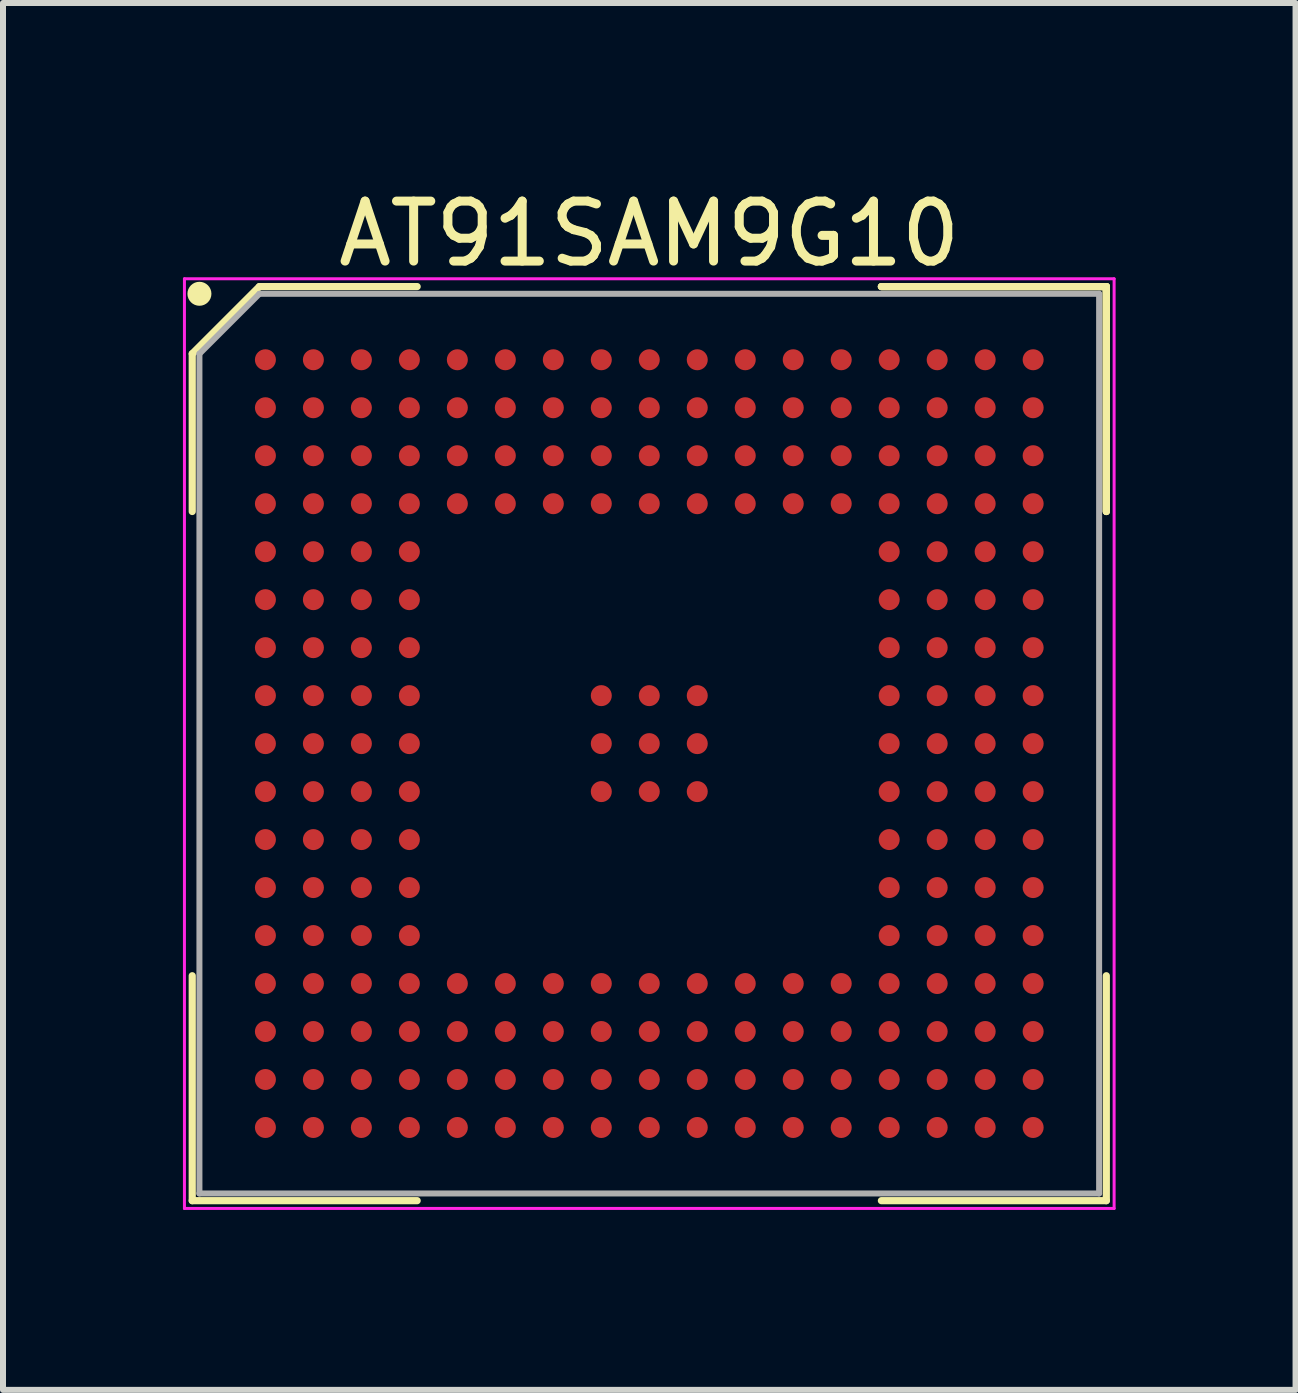
<source format=kicad_pcb>
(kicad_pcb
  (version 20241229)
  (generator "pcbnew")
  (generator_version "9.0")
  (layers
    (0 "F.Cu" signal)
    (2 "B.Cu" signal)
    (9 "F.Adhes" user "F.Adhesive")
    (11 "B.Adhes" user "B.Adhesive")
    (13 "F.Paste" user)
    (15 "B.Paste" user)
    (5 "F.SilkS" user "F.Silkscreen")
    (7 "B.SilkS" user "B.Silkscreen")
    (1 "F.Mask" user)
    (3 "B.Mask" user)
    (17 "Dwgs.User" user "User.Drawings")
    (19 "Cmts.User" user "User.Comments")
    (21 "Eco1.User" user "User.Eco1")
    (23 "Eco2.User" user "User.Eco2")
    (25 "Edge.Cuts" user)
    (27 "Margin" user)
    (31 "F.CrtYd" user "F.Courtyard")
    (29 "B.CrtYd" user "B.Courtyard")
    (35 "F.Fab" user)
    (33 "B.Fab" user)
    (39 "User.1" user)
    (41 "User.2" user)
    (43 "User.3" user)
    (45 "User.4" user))
  (footprint "AT91SAM9G10"
    (layer "F.Cu")
    (at 7.775 9.348)
    (property "Reference" "AT91SAM9G10" (at 0 -8.5 0) (layer "F.SilkS") (effects (font (size 1 1) (thickness 0.15))))
    (attr smd)
    (fp_line (start -7.62 -6.5) (end -7.62 -3.87) (stroke (width 0.12) (type solid)) (layer "F.SilkS"))
    (fp_line (start -7.62 7.62) (end -7.62 3.87) (stroke (width 0.12) (type solid)) (layer "F.SilkS"))
    (fp_line (start -6.5 -7.62) (end -7.62 -6.5) (stroke (width 0.12) (type solid)) (layer "F.SilkS"))
    (fp_line (start -3.87 -7.62) (end -6.5 -7.62) (stroke (width 0.12) (type solid)) (layer "F.SilkS"))
    (fp_line (start -3.87 7.62) (end -7.62 7.62) (stroke (width 0.12) (type solid)) (layer "F.SilkS"))
    (fp_line (start 3.87 -7.62) (end 7.62 -7.62) (stroke (width 0.12) (type solid)) (layer "F.SilkS"))
    (fp_line (start 3.87 -7.62) (end 7.62 -7.62) (stroke (width 0.12) (type solid)) (layer "F.SilkS"))
    (fp_line (start 3.87 -7.62) (end 7.62 -7.62) (stroke (width 0.12) (type solid)) (layer "F.SilkS"))
    (fp_line (start 3.87 7.62) (end 7.62 7.62) (stroke (width 0.12) (type solid)) (layer "F.SilkS"))
    (fp_line (start 7.62 -7.62) (end 7.62 -3.87) (stroke (width 0.12) (type solid)) (layer "F.SilkS"))
    (fp_line (start 7.62 -7.62) (end 7.62 -3.87) (stroke (width 0.12) (type solid)) (layer "F.SilkS"))
    (fp_line (start 7.62 -7.62) (end 7.62 -3.87) (stroke (width 0.12) (type solid)) (layer "F.SilkS"))
    (fp_line (start 7.62 7.62) (end 7.62 3.87) (stroke (width 0.12) (type solid)) (layer "F.SilkS"))
    (fp_circle (center -7.5 -7.5) (end -7.5 -7.4) (stroke (width 0.2) (type solid)) (fill no) (layer "F.SilkS"))
    (fp_line (start -7.75 -7.75) (end 7.75 -7.75) (stroke (width 0.05) (type solid)) (layer "F.CrtYd"))
    (fp_line (start -7.75 7.75) (end -7.75 -7.75) (stroke (width 0.05) (type solid)) (layer "F.CrtYd"))
    (fp_line (start 7.75 -7.75) (end 7.75 7.75) (stroke (width 0.05) (type solid)) (layer "F.CrtYd"))
    (fp_line (start 7.75 7.75) (end -7.75 7.75) (stroke (width 0.05) (type solid)) (layer "F.CrtYd"))
    (fp_line (start -7.5 -6.5) (end -7.5 7.5) (stroke (width 0.1) (type solid)) (layer "F.Fab"))
    (fp_line (start -7.5 7.5) (end 7.5 7.5) (stroke (width 0.1) (type solid)) (layer "F.Fab"))
    (fp_line (start -6.5 -7.5) (end -7.5 -6.5) (stroke (width 0.1) (type solid)) (layer "F.Fab"))
    (fp_line (start 7.5 -7.5) (end -6.5 -7.5) (stroke (width 0.1) (type solid)) (layer "F.Fab"))
    (fp_line (start 7.5 7.5) (end 7.5 -7.5) (stroke (width 0.1) (type solid)) (layer "F.Fab"))
    (pad "A1" smd circle (at -6.4 -6.4) (size 0.35 0.35) (layers "F.Cu" "F.Mask" "F.Paste"))
    (pad "A2" smd circle (at -5.6 -6.4) (size 0.35 0.35) (layers "F.Cu" "F.Mask" "F.Paste"))
    (pad "A3" smd circle (at -4.8 -6.4) (size 0.35 0.35) (layers "F.Cu" "F.Mask" "F.Paste"))
    (pad "A4" smd circle (at -4 -6.4) (size 0.35 0.35) (layers "F.Cu" "F.Mask" "F.Paste"))
    (pad "A5" smd circle (at -3.2 -6.4) (size 0.35 0.35) (layers "F.Cu" "F.Mask" "F.Paste"))
    (pad "A6" smd circle (at -2.4 -6.4) (size 0.35 0.35) (layers "F.Cu" "F.Mask" "F.Paste"))
    (pad "A7" smd circle (at -1.6 -6.4) (size 0.35 0.35) (layers "F.Cu" "F.Mask" "F.Paste"))
    (pad "A8" smd circle (at -0.8 -6.4) (size 0.35 0.35) (layers "F.Cu" "F.Mask" "F.Paste"))
    (pad "A9" smd circle (at 0 -6.4) (size 0.35 0.35) (layers "F.Cu" "F.Mask" "F.Paste"))
    (pad "A10" smd circle (at 0.8 -6.4) (size 0.35 0.35) (layers "F.Cu" "F.Mask" "F.Paste"))
    (pad "A11" smd circle (at 1.6 -6.4) (size 0.35 0.35) (layers "F.Cu" "F.Mask" "F.Paste"))
    (pad "A12" smd circle (at 2.4 -6.4) (size 0.35 0.35) (layers "F.Cu" "F.Mask" "F.Paste"))
    (pad "A13" smd circle (at 3.2 -6.4) (size 0.35 0.35) (layers "F.Cu" "F.Mask" "F.Paste"))
    (pad "A14" smd circle (at 4 -6.4) (size 0.35 0.35) (layers "F.Cu" "F.Mask" "F.Paste"))
    (pad "A15" smd circle (at 4.8 -6.4) (size 0.35 0.35) (layers "F.Cu" "F.Mask" "F.Paste"))
    (pad "A16" smd circle (at 5.6 -6.4) (size 0.35 0.35) (layers "F.Cu" "F.Mask" "F.Paste"))
    (pad "A17" smd circle (at 6.4 -6.4) (size 0.35 0.35) (layers "F.Cu" "F.Mask" "F.Paste"))
    (pad "B1" smd circle (at -6.4 -5.6) (size 0.35 0.35) (layers "F.Cu" "F.Mask" "F.Paste"))
    (pad "B2" smd circle (at -5.6 -5.6) (size 0.35 0.35) (layers "F.Cu" "F.Mask" "F.Paste"))
    (pad "B3" smd circle (at -4.8 -5.6) (size 0.35 0.35) (layers "F.Cu" "F.Mask" "F.Paste"))
    (pad "B4" smd circle (at -4 -5.6) (size 0.35 0.35) (layers "F.Cu" "F.Mask" "F.Paste"))
    (pad "B5" smd circle (at -3.2 -5.6) (size 0.35 0.35) (layers "F.Cu" "F.Mask" "F.Paste"))
    (pad "B6" smd circle (at -2.4 -5.6) (size 0.35 0.35) (layers "F.Cu" "F.Mask" "F.Paste"))
    (pad "B7" smd circle (at -1.6 -5.6) (size 0.35 0.35) (layers "F.Cu" "F.Mask" "F.Paste"))
    (pad "B8" smd circle (at -0.8 -5.6) (size 0.35 0.35) (layers "F.Cu" "F.Mask" "F.Paste"))
    (pad "B9" smd circle (at 0 -5.6) (size 0.35 0.35) (layers "F.Cu" "F.Mask" "F.Paste"))
    (pad "B10" smd circle (at 0.8 -5.6) (size 0.35 0.35) (layers "F.Cu" "F.Mask" "F.Paste"))
    (pad "B11" smd circle (at 1.6 -5.6) (size 0.35 0.35) (layers "F.Cu" "F.Mask" "F.Paste"))
    (pad "B12" smd circle (at 2.4 -5.6) (size 0.35 0.35) (layers "F.Cu" "F.Mask" "F.Paste"))
    (pad "B13" smd circle (at 3.2 -5.6) (size 0.35 0.35) (layers "F.Cu" "F.Mask" "F.Paste"))
    (pad "B14" smd circle (at 4 -5.6) (size 0.35 0.35) (layers "F.Cu" "F.Mask" "F.Paste"))
    (pad "B15" smd circle (at 4.8 -5.6) (size 0.35 0.35) (layers "F.Cu" "F.Mask" "F.Paste"))
    (pad "B16" smd circle (at 5.6 -5.6) (size 0.35 0.35) (layers "F.Cu" "F.Mask" "F.Paste"))
    (pad "B17" smd circle (at 6.4 -5.6) (size 0.35 0.35) (layers "F.Cu" "F.Mask" "F.Paste"))
    (pad "C1" smd circle (at -6.4 -4.8) (size 0.35 0.35) (layers "F.Cu" "F.Mask" "F.Paste"))
    (pad "C2" smd circle (at -5.6 -4.8) (size 0.35 0.35) (layers "F.Cu" "F.Mask" "F.Paste"))
    (pad "C3" smd circle (at -4.8 -4.8) (size 0.35 0.35) (layers "F.Cu" "F.Mask" "F.Paste"))
    (pad "C4" smd circle (at -4 -4.8) (size 0.35 0.35) (layers "F.Cu" "F.Mask" "F.Paste"))
    (pad "C5" smd circle (at -3.2 -4.8) (size 0.35 0.35) (layers "F.Cu" "F.Mask" "F.Paste"))
    (pad "C6" smd circle (at -2.4 -4.8) (size 0.35 0.35) (layers "F.Cu" "F.Mask" "F.Paste"))
    (pad "C7" smd circle (at -1.6 -4.8) (size 0.35 0.35) (layers "F.Cu" "F.Mask" "F.Paste"))
    (pad "C8" smd circle (at -0.8 -4.8) (size 0.35 0.35) (layers "F.Cu" "F.Mask" "F.Paste"))
    (pad "C9" smd circle (at 0 -4.8) (size 0.35 0.35) (layers "F.Cu" "F.Mask" "F.Paste"))
    (pad "C10" smd circle (at 0.8 -4.8) (size 0.35 0.35) (layers "F.Cu" "F.Mask" "F.Paste"))
    (pad "C11" smd circle (at 1.6 -4.8) (size 0.35 0.35) (layers "F.Cu" "F.Mask" "F.Paste"))
    (pad "C12" smd circle (at 2.4 -4.8) (size 0.35 0.35) (layers "F.Cu" "F.Mask" "F.Paste"))
    (pad "C13" smd circle (at 3.2 -4.8) (size 0.35 0.35) (layers "F.Cu" "F.Mask" "F.Paste"))
    (pad "C14" smd circle (at 4 -4.8) (size 0.35 0.35) (layers "F.Cu" "F.Mask" "F.Paste"))
    (pad "C15" smd circle (at 4.8 -4.8) (size 0.35 0.35) (layers "F.Cu" "F.Mask" "F.Paste"))
    (pad "C16" smd circle (at 5.6 -4.8) (size 0.35 0.35) (layers "F.Cu" "F.Mask" "F.Paste"))
    (pad "C17" smd circle (at 6.4 -4.8) (size 0.35 0.35) (layers "F.Cu" "F.Mask" "F.Paste"))
    (pad "D1" smd circle (at -6.4 -4) (size 0.35 0.35) (layers "F.Cu" "F.Mask" "F.Paste"))
    (pad "D2" smd circle (at -5.6 -4) (size 0.35 0.35) (layers "F.Cu" "F.Mask" "F.Paste"))
    (pad "D3" smd circle (at -4.8 -4) (size 0.35 0.35) (layers "F.Cu" "F.Mask" "F.Paste"))
    (pad "D4" smd circle (at -4 -4) (size 0.35 0.35) (layers "F.Cu" "F.Mask" "F.Paste"))
    (pad "D5" smd circle (at -3.2 -4) (size 0.35 0.35) (layers "F.Cu" "F.Mask" "F.Paste"))
    (pad "D6" smd circle (at -2.4 -4) (size 0.35 0.35) (layers "F.Cu" "F.Mask" "F.Paste"))
    (pad "D7" smd circle (at -1.6 -4) (size 0.35 0.35) (layers "F.Cu" "F.Mask" "F.Paste"))
    (pad "D8" smd circle (at -0.8 -4) (size 0.35 0.35) (layers "F.Cu" "F.Mask" "F.Paste"))
    (pad "D9" smd circle (at 0 -4) (size 0.35 0.35) (layers "F.Cu" "F.Mask" "F.Paste"))
    (pad "D10" smd circle (at 0.8 -4) (size 0.35 0.35) (layers "F.Cu" "F.Mask" "F.Paste"))
    (pad "D11" smd circle (at 1.6 -4) (size 0.35 0.35) (layers "F.Cu" "F.Mask" "F.Paste"))
    (pad "D12" smd circle (at 2.4 -4) (size 0.35 0.35) (layers "F.Cu" "F.Mask" "F.Paste"))
    (pad "D13" smd circle (at 3.2 -4) (size 0.35 0.35) (layers "F.Cu" "F.Mask" "F.Paste"))
    (pad "D14" smd circle (at 4 -4) (size 0.35 0.35) (layers "F.Cu" "F.Mask" "F.Paste"))
    (pad "D15" smd circle (at 4.8 -4) (size 0.35 0.35) (layers "F.Cu" "F.Mask" "F.Paste"))
    (pad "D16" smd circle (at 5.6 -4) (size 0.35 0.35) (layers "F.Cu" "F.Mask" "F.Paste"))
    (pad "D17" smd circle (at 6.4 -4) (size 0.35 0.35) (layers "F.Cu" "F.Mask" "F.Paste"))
    (pad "E1" smd circle (at -6.4 -3.2) (size 0.35 0.35) (layers "F.Cu" "F.Mask" "F.Paste"))
    (pad "E2" smd circle (at -5.6 -3.2) (size 0.35 0.35) (layers "F.Cu" "F.Mask" "F.Paste"))
    (pad "E3" smd circle (at -4.8 -3.2) (size 0.35 0.35) (layers "F.Cu" "F.Mask" "F.Paste"))
    (pad "E4" smd circle (at -4 -3.2) (size 0.35 0.35) (layers "F.Cu" "F.Mask" "F.Paste"))
    (pad "E14" smd circle (at 4 -3.2) (size 0.35 0.35) (layers "F.Cu" "F.Mask" "F.Paste"))
    (pad "E15" smd circle (at 4.8 -3.2) (size 0.35 0.35) (layers "F.Cu" "F.Mask" "F.Paste"))
    (pad "E16" smd circle (at 5.6 -3.2) (size 0.35 0.35) (layers "F.Cu" "F.Mask" "F.Paste"))
    (pad "E17" smd circle (at 6.4 -3.2) (size 0.35 0.35) (layers "F.Cu" "F.Mask" "F.Paste"))
    (pad "F1" smd circle (at -6.4 -2.4) (size 0.35 0.35) (layers "F.Cu" "F.Mask" "F.Paste"))
    (pad "F2" smd circle (at -5.6 -2.4) (size 0.35 0.35) (layers "F.Cu" "F.Mask" "F.Paste"))
    (pad "F3" smd circle (at -4.8 -2.4) (size 0.35 0.35) (layers "F.Cu" "F.Mask" "F.Paste"))
    (pad "F4" smd circle (at -4 -2.4) (size 0.35 0.35) (layers "F.Cu" "F.Mask" "F.Paste"))
    (pad "F14" smd circle (at 4 -2.4) (size 0.35 0.35) (layers "F.Cu" "F.Mask" "F.Paste"))
    (pad "F15" smd circle (at 4.8 -2.4) (size 0.35 0.35) (layers "F.Cu" "F.Mask" "F.Paste"))
    (pad "F16" smd circle (at 5.6 -2.4) (size 0.35 0.35) (layers "F.Cu" "F.Mask" "F.Paste"))
    (pad "F17" smd circle (at 6.4 -2.4) (size 0.35 0.35) (layers "F.Cu" "F.Mask" "F.Paste"))
    (pad "G1" smd circle (at -6.4 -1.6) (size 0.35 0.35) (layers "F.Cu" "F.Mask" "F.Paste"))
    (pad "G2" smd circle (at -5.6 -1.6) (size 0.35 0.35) (layers "F.Cu" "F.Mask" "F.Paste"))
    (pad "G3" smd circle (at -4.8 -1.6) (size 0.35 0.35) (layers "F.Cu" "F.Mask" "F.Paste"))
    (pad "G4" smd circle (at -4 -1.6) (size 0.35 0.35) (layers "F.Cu" "F.Mask" "F.Paste"))
    (pad "G14" smd circle (at 4 -1.6) (size 0.35 0.35) (layers "F.Cu" "F.Mask" "F.Paste"))
    (pad "G15" smd circle (at 4.8 -1.6) (size 0.35 0.35) (layers "F.Cu" "F.Mask" "F.Paste"))
    (pad "G16" smd circle (at 5.6 -1.6) (size 0.35 0.35) (layers "F.Cu" "F.Mask" "F.Paste"))
    (pad "G17" smd circle (at 6.4 -1.6) (size 0.35 0.35) (layers "F.Cu" "F.Mask" "F.Paste"))
    (pad "H1" smd circle (at -6.4 -0.8) (size 0.35 0.35) (layers "F.Cu" "F.Mask" "F.Paste"))
    (pad "H2" smd circle (at -5.6 -0.8) (size 0.35 0.35) (layers "F.Cu" "F.Mask" "F.Paste"))
    (pad "H3" smd circle (at -4.8 -0.8) (size 0.35 0.35) (layers "F.Cu" "F.Mask" "F.Paste"))
    (pad "H4" smd circle (at -4 -0.8) (size 0.35 0.35) (layers "F.Cu" "F.Mask" "F.Paste"))
    (pad "H8" smd circle (at -0.8 -0.8) (size 0.35 0.35) (layers "F.Cu" "F.Mask" "F.Paste"))
    (pad "H9" smd circle (at 0 -0.8) (size 0.35 0.35) (layers "F.Cu" "F.Mask" "F.Paste"))
    (pad "H10" smd circle (at 0.8 -0.8) (size 0.35 0.35) (layers "F.Cu" "F.Mask" "F.Paste"))
    (pad "H14" smd circle (at 4 -0.8) (size 0.35 0.35) (layers "F.Cu" "F.Mask" "F.Paste"))
    (pad "H15" smd circle (at 4.8 -0.8) (size 0.35 0.35) (layers "F.Cu" "F.Mask" "F.Paste"))
    (pad "H16" smd circle (at 5.6 -0.8) (size 0.35 0.35) (layers "F.Cu" "F.Mask" "F.Paste"))
    (pad "H17" smd circle (at 6.4 -0.8) (size 0.35 0.35) (layers "F.Cu" "F.Mask" "F.Paste"))
    (pad "J1" smd circle (at -6.4 0) (size 0.35 0.35) (layers "F.Cu" "F.Mask" "F.Paste"))
    (pad "J2" smd circle (at -5.6 0) (size 0.35 0.35) (layers "F.Cu" "F.Mask" "F.Paste"))
    (pad "J3" smd circle (at -4.8 0) (size 0.35 0.35) (layers "F.Cu" "F.Mask" "F.Paste"))
    (pad "J4" smd circle (at -4 0) (size 0.35 0.35) (layers "F.Cu" "F.Mask" "F.Paste"))
    (pad "J8" smd circle (at -0.8 0) (size 0.35 0.35) (layers "F.Cu" "F.Mask" "F.Paste"))
    (pad "J9" smd circle (at 0 0) (size 0.35 0.35) (layers "F.Cu" "F.Mask" "F.Paste"))
    (pad "J10" smd circle (at 0.8 0) (size 0.35 0.35) (layers "F.Cu" "F.Mask" "F.Paste"))
    (pad "J14" smd circle (at 4 0) (size 0.35 0.35) (layers "F.Cu" "F.Mask" "F.Paste"))
    (pad "J15" smd circle (at 4.8 0) (size 0.35 0.35) (layers "F.Cu" "F.Mask" "F.Paste"))
    (pad "J16" smd circle (at 5.6 0) (size 0.35 0.35) (layers "F.Cu" "F.Mask" "F.Paste"))
    (pad "J17" smd circle (at 6.4 0) (size 0.35 0.35) (layers "F.Cu" "F.Mask" "F.Paste"))
    (pad "K1" smd circle (at -6.4 0.8) (size 0.35 0.35) (layers "F.Cu" "F.Mask" "F.Paste"))
    (pad "K2" smd circle (at -5.6 0.8) (size 0.35 0.35) (layers "F.Cu" "F.Mask" "F.Paste"))
    (pad "K3" smd circle (at -4.8 0.8) (size 0.35 0.35) (layers "F.Cu" "F.Mask" "F.Paste"))
    (pad "K4" smd circle (at -4 0.8) (size 0.35 0.35) (layers "F.Cu" "F.Mask" "F.Paste"))
    (pad "K8" smd circle (at -0.8 0.8) (size 0.35 0.35) (layers "F.Cu" "F.Mask" "F.Paste"))
    (pad "K9" smd circle (at 0 0.8) (size 0.35 0.35) (layers "F.Cu" "F.Mask" "F.Paste"))
    (pad "K10" smd circle (at 0.8 0.8) (size 0.35 0.35) (layers "F.Cu" "F.Mask" "F.Paste"))
    (pad "K14" smd circle (at 4 0.8) (size 0.35 0.35) (layers "F.Cu" "F.Mask" "F.Paste"))
    (pad "K15" smd circle (at 4.8 0.8) (size 0.35 0.35) (layers "F.Cu" "F.Mask" "F.Paste"))
    (pad "K16" smd circle (at 5.6 0.8) (size 0.35 0.35) (layers "F.Cu" "F.Mask" "F.Paste"))
    (pad "K17" smd circle (at 6.4 0.8) (size 0.35 0.35) (layers "F.Cu" "F.Mask" "F.Paste"))
    (pad "L1" smd circle (at -6.4 1.6) (size 0.35 0.35) (layers "F.Cu" "F.Mask" "F.Paste"))
    (pad "L2" smd circle (at -5.6 1.6) (size 0.35 0.35) (layers "F.Cu" "F.Mask" "F.Paste"))
    (pad "L3" smd circle (at -4.8 1.6) (size 0.35 0.35) (layers "F.Cu" "F.Mask" "F.Paste"))
    (pad "L4" smd circle (at -4 1.6) (size 0.35 0.35) (layers "F.Cu" "F.Mask" "F.Paste"))
    (pad "L14" smd circle (at 4 1.6) (size 0.35 0.35) (layers "F.Cu" "F.Mask" "F.Paste"))
    (pad "L15" smd circle (at 4.8 1.6) (size 0.35 0.35) (layers "F.Cu" "F.Mask" "F.Paste"))
    (pad "L16" smd circle (at 5.6 1.6) (size 0.35 0.35) (layers "F.Cu" "F.Mask" "F.Paste"))
    (pad "L17" smd circle (at 6.4 1.6) (size 0.35 0.35) (layers "F.Cu" "F.Mask" "F.Paste"))
    (pad "M1" smd circle (at -6.4 2.4) (size 0.35 0.35) (layers "F.Cu" "F.Mask" "F.Paste"))
    (pad "M2" smd circle (at -5.6 2.4) (size 0.35 0.35) (layers "F.Cu" "F.Mask" "F.Paste"))
    (pad "M3" smd circle (at -4.8 2.4) (size 0.35 0.35) (layers "F.Cu" "F.Mask" "F.Paste"))
    (pad "M4" smd circle (at -4 2.4) (size 0.35 0.35) (layers "F.Cu" "F.Mask" "F.Paste"))
    (pad "M14" smd circle (at 4 2.4) (size 0.35 0.35) (layers "F.Cu" "F.Mask" "F.Paste"))
    (pad "M15" smd circle (at 4.8 2.4) (size 0.35 0.35) (layers "F.Cu" "F.Mask" "F.Paste"))
    (pad "M16" smd circle (at 5.6 2.4) (size 0.35 0.35) (layers "F.Cu" "F.Mask" "F.Paste"))
    (pad "M17" smd circle (at 6.4 2.4) (size 0.35 0.35) (layers "F.Cu" "F.Mask" "F.Paste"))
    (pad "N1" smd circle (at -6.4 3.2) (size 0.35 0.35) (layers "F.Cu" "F.Mask" "F.Paste"))
    (pad "N2" smd circle (at -5.6 3.2) (size 0.35 0.35) (layers "F.Cu" "F.Mask" "F.Paste"))
    (pad "N3" smd circle (at -4.8 3.2) (size 0.35 0.35) (layers "F.Cu" "F.Mask" "F.Paste"))
    (pad "N4" smd circle (at -4 3.2) (size 0.35 0.35) (layers "F.Cu" "F.Mask" "F.Paste"))
    (pad "N14" smd circle (at 4 3.2) (size 0.35 0.35) (layers "F.Cu" "F.Mask" "F.Paste"))
    (pad "N15" smd circle (at 4.8 3.2) (size 0.35 0.35) (layers "F.Cu" "F.Mask" "F.Paste"))
    (pad "N16" smd circle (at 5.6 3.2) (size 0.35 0.35) (layers "F.Cu" "F.Mask" "F.Paste"))
    (pad "N17" smd circle (at 6.4 3.2) (size 0.35 0.35) (layers "F.Cu" "F.Mask" "F.Paste"))
    (pad "P1" smd circle (at -6.4 4) (size 0.35 0.35) (layers "F.Cu" "F.Mask" "F.Paste"))
    (pad "P2" smd circle (at -5.6 4) (size 0.35 0.35) (layers "F.Cu" "F.Mask" "F.Paste"))
    (pad "P3" smd circle (at -4.8 4) (size 0.35 0.35) (layers "F.Cu" "F.Mask" "F.Paste"))
    (pad "P4" smd circle (at -4 4) (size 0.35 0.35) (layers "F.Cu" "F.Mask" "F.Paste"))
    (pad "P5" smd circle (at -3.2 4) (size 0.35 0.35) (layers "F.Cu" "F.Mask" "F.Paste"))
    (pad "P6" smd circle (at -2.4 4) (size 0.35 0.35) (layers "F.Cu" "F.Mask" "F.Paste"))
    (pad "P7" smd circle (at -1.6 4) (size 0.35 0.35) (layers "F.Cu" "F.Mask" "F.Paste"))
    (pad "P8" smd circle (at -0.8 4) (size 0.35 0.35) (layers "F.Cu" "F.Mask" "F.Paste"))
    (pad "P9" smd circle (at 0 4) (size 0.35 0.35) (layers "F.Cu" "F.Mask" "F.Paste"))
    (pad "P10" smd circle (at 0.8 4) (size 0.35 0.35) (layers "F.Cu" "F.Mask" "F.Paste"))
    (pad "P11" smd circle (at 1.6 4) (size 0.35 0.35) (layers "F.Cu" "F.Mask" "F.Paste"))
    (pad "P12" smd circle (at 2.4 4) (size 0.35 0.35) (layers "F.Cu" "F.Mask" "F.Paste"))
    (pad "P13" smd circle (at 3.2 4) (size 0.35 0.35) (layers "F.Cu" "F.Mask" "F.Paste"))
    (pad "P14" smd circle (at 4 4) (size 0.35 0.35) (layers "F.Cu" "F.Mask" "F.Paste"))
    (pad "P15" smd circle (at 4.8 4) (size 0.35 0.35) (layers "F.Cu" "F.Mask" "F.Paste"))
    (pad "P16" smd circle (at 5.6 4) (size 0.35 0.35) (layers "F.Cu" "F.Mask" "F.Paste"))
    (pad "P17" smd circle (at 6.4 4) (size 0.35 0.35) (layers "F.Cu" "F.Mask" "F.Paste"))
    (pad "R1" smd circle (at -6.4 4.8) (size 0.35 0.35) (layers "F.Cu" "F.Mask" "F.Paste"))
    (pad "R2" smd circle (at -5.6 4.8) (size 0.35 0.35) (layers "F.Cu" "F.Mask" "F.Paste"))
    (pad "R3" smd circle (at -4.8 4.8) (size 0.35 0.35) (layers "F.Cu" "F.Mask" "F.Paste"))
    (pad "R4" smd circle (at -4 4.8) (size 0.35 0.35) (layers "F.Cu" "F.Mask" "F.Paste"))
    (pad "R5" smd circle (at -3.2 4.8) (size 0.35 0.35) (layers "F.Cu" "F.Mask" "F.Paste"))
    (pad "R6" smd circle (at -2.4 4.8) (size 0.35 0.35) (layers "F.Cu" "F.Mask" "F.Paste"))
    (pad "R7" smd circle (at -1.6 4.8) (size 0.35 0.35) (layers "F.Cu" "F.Mask" "F.Paste"))
    (pad "R8" smd circle (at -0.8 4.8) (size 0.35 0.35) (layers "F.Cu" "F.Mask" "F.Paste"))
    (pad "R9" smd circle (at 0 4.8) (size 0.35 0.35) (layers "F.Cu" "F.Mask" "F.Paste"))
    (pad "R10" smd circle (at 0.8 4.8) (size 0.35 0.35) (layers "F.Cu" "F.Mask" "F.Paste"))
    (pad "R11" smd circle (at 1.6 4.8) (size 0.35 0.35) (layers "F.Cu" "F.Mask" "F.Paste"))
    (pad "R12" smd circle (at 2.4 4.8) (size 0.35 0.35) (layers "F.Cu" "F.Mask" "F.Paste"))
    (pad "R13" smd circle (at 3.2 4.8) (size 0.35 0.35) (layers "F.Cu" "F.Mask" "F.Paste"))
    (pad "R14" smd circle (at 4 4.8) (size 0.35 0.35) (layers "F.Cu" "F.Mask" "F.Paste"))
    (pad "R15" smd circle (at 4.8 4.8) (size 0.35 0.35) (layers "F.Cu" "F.Mask" "F.Paste"))
    (pad "R16" smd circle (at 5.6 4.8) (size 0.35 0.35) (layers "F.Cu" "F.Mask" "F.Paste"))
    (pad "R17" smd circle (at 6.4 4.8) (size 0.35 0.35) (layers "F.Cu" "F.Mask" "F.Paste"))
    (pad "T1" smd circle (at -6.4 5.6) (size 0.35 0.35) (layers "F.Cu" "F.Mask" "F.Paste"))
    (pad "T2" smd circle (at -5.6 5.6) (size 0.35 0.35) (layers "F.Cu" "F.Mask" "F.Paste"))
    (pad "T3" smd circle (at -4.8 5.6) (size 0.35 0.35) (layers "F.Cu" "F.Mask" "F.Paste"))
    (pad "T4" smd circle (at -4 5.6) (size 0.35 0.35) (layers "F.Cu" "F.Mask" "F.Paste"))
    (pad "T5" smd circle (at -3.2 5.6) (size 0.35 0.35) (layers "F.Cu" "F.Mask" "F.Paste"))
    (pad "T6" smd circle (at -2.4 5.6) (size 0.35 0.35) (layers "F.Cu" "F.Mask" "F.Paste"))
    (pad "T7" smd circle (at -1.6 5.6) (size 0.35 0.35) (layers "F.Cu" "F.Mask" "F.Paste"))
    (pad "T8" smd circle (at -0.8 5.6) (size 0.35 0.35) (layers "F.Cu" "F.Mask" "F.Paste"))
    (pad "T9" smd circle (at 0 5.6) (size 0.35 0.35) (layers "F.Cu" "F.Mask" "F.Paste"))
    (pad "T10" smd circle (at 0.8 5.6) (size 0.35 0.35) (layers "F.Cu" "F.Mask" "F.Paste"))
    (pad "T11" smd circle (at 1.6 5.6) (size 0.35 0.35) (layers "F.Cu" "F.Mask" "F.Paste"))
    (pad "T12" smd circle (at 2.4 5.6) (size 0.35 0.35) (layers "F.Cu" "F.Mask" "F.Paste"))
    (pad "T13" smd circle (at 3.2 5.6) (size 0.35 0.35) (layers "F.Cu" "F.Mask" "F.Paste"))
    (pad "T14" smd circle (at 4 5.6) (size 0.35 0.35) (layers "F.Cu" "F.Mask" "F.Paste"))
    (pad "T15" smd circle (at 4.8 5.6) (size 0.35 0.35) (layers "F.Cu" "F.Mask" "F.Paste"))
    (pad "T16" smd circle (at 5.6 5.6) (size 0.35 0.35) (layers "F.Cu" "F.Mask" "F.Paste"))
    (pad "T17" smd circle (at 6.4 5.6) (size 0.35 0.35) (layers "F.Cu" "F.Mask" "F.Paste"))
    (pad "U1" smd circle (at -6.4 6.4) (size 0.35 0.35) (layers "F.Cu" "F.Mask" "F.Paste"))
    (pad "U2" smd circle (at -5.6 6.4) (size 0.35 0.35) (layers "F.Cu" "F.Mask" "F.Paste"))
    (pad "U3" smd circle (at -4.8 6.4) (size 0.35 0.35) (layers "F.Cu" "F.Mask" "F.Paste"))
    (pad "U4" smd circle (at -4 6.4) (size 0.35 0.35) (layers "F.Cu" "F.Mask" "F.Paste"))
    (pad "U5" smd circle (at -3.2 6.4) (size 0.35 0.35) (layers "F.Cu" "F.Mask" "F.Paste"))
    (pad "U6" smd circle (at -2.4 6.4) (size 0.35 0.35) (layers "F.Cu" "F.Mask" "F.Paste"))
    (pad "U7" smd circle (at -1.6 6.4) (size 0.35 0.35) (layers "F.Cu" "F.Mask" "F.Paste"))
    (pad "U8" smd circle (at -0.8 6.4) (size 0.35 0.35) (layers "F.Cu" "F.Mask" "F.Paste"))
    (pad "U9" smd circle (at 0 6.4) (size 0.35 0.35) (layers "F.Cu" "F.Mask" "F.Paste"))
    (pad "U10" smd circle (at 0.8 6.4) (size 0.35 0.35) (layers "F.Cu" "F.Mask" "F.Paste"))
    (pad "U11" smd circle (at 1.6 6.4) (size 0.35 0.35) (layers "F.Cu" "F.Mask" "F.Paste"))
    (pad "U12" smd circle (at 2.4 6.4) (size 0.35 0.35) (layers "F.Cu" "F.Mask" "F.Paste"))
    (pad "U13" smd circle (at 3.2 6.4) (size 0.35 0.35) (layers "F.Cu" "F.Mask" "F.Paste"))
    (pad "U14" smd circle (at 4 6.4) (size 0.35 0.35) (layers "F.Cu" "F.Mask" "F.Paste"))
    (pad "U15" smd circle (at 4.8 6.4) (size 0.35 0.35) (layers "F.Cu" "F.Mask" "F.Paste"))
    (pad "U16" smd circle (at 5.6 6.4) (size 0.35 0.35) (layers "F.Cu" "F.Mask" "F.Paste"))
    (pad "U17" smd circle (at 6.4 6.4) (size 0.35 0.35) (layers "F.Cu" "F.Mask" "F.Paste")))
  (gr_rect
    (start -3 -3)
    (end 18.55 20.123)
    (stroke (width 0.1) (type default))
    (fill no)
    (layer "Edge.Cuts")))
</source>
